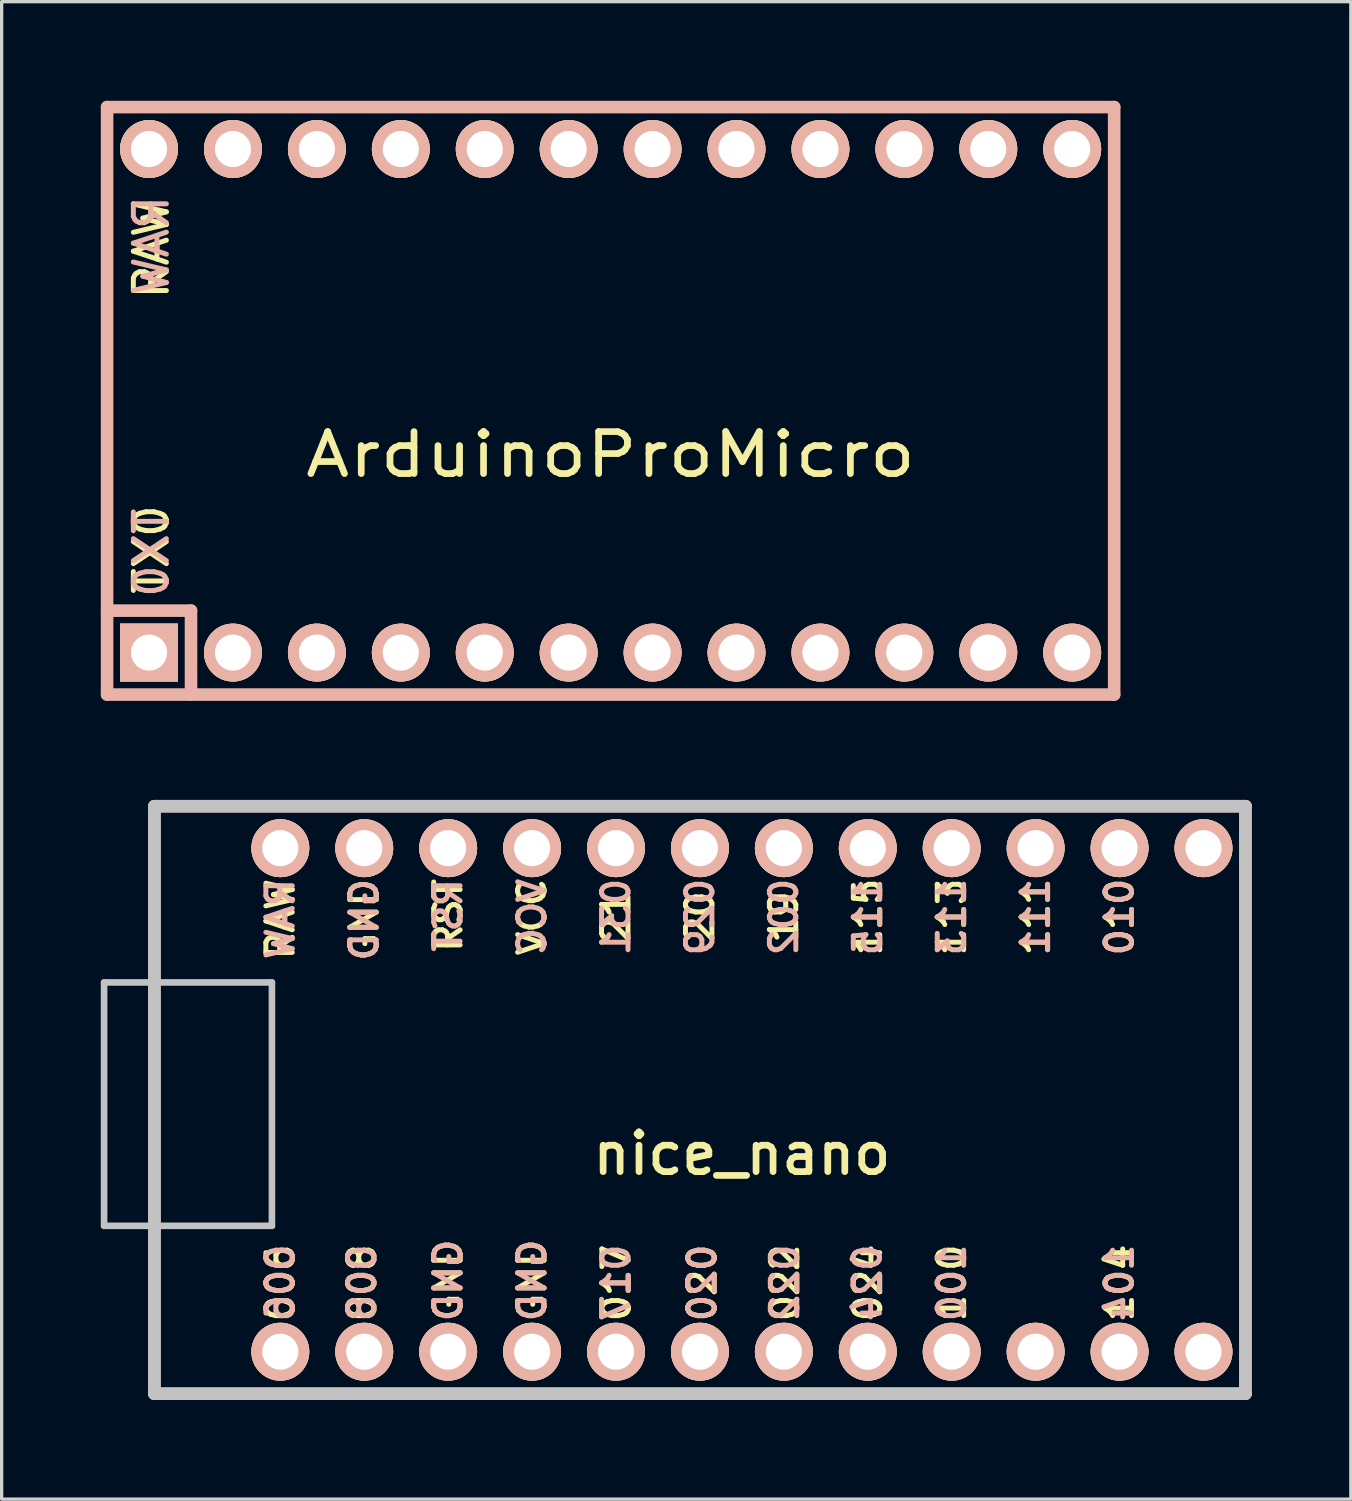
<source format=kicad_pcb>
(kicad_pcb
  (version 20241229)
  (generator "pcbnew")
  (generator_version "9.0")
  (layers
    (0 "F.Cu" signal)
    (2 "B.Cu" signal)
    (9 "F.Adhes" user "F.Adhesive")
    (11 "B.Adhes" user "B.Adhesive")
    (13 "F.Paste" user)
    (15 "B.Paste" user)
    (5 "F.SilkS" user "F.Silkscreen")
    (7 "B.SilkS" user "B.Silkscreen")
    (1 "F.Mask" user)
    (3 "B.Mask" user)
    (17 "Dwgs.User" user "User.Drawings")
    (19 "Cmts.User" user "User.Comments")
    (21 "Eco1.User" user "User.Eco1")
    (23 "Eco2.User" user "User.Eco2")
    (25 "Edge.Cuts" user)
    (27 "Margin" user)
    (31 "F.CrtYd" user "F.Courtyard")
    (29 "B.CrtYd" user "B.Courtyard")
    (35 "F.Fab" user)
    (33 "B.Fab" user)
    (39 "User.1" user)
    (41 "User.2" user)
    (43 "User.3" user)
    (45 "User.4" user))
  (footprint "nice_nano"
    (layer "F.Cu")
    (at 19.404 30.241)
    (property "Reference" "nice_nano" (at 0 1.625 0) (layer "F.SilkS") (effects (font (size 1.2 1.2) (thickness 0.203))))
    (attr through_hole)
    (fp_line (start -17.78 -8.89) (end -17.78 8.89) (stroke (width 0.381) (type solid)) (layer "B.SilkS"))
    (fp_line (start -17.78 8.89) (end 15.24 8.89) (stroke (width 0.381) (type solid)) (layer "B.SilkS"))
    (fp_line (start 15.24 -8.89) (end -17.78 -8.89) (stroke (width 0.381) (type solid)) (layer "B.SilkS"))
    (fp_line (start 15.24 8.89) (end 15.24 -8.89) (stroke (width 0.381) (type solid)) (layer "B.SilkS"))
    (fp_line (start -19.304 -3.556) (end -14.224 -3.556) (stroke (width 0.2) (type solid)) (layer "Dwgs.User"))
    (fp_line (start -19.304 3.81) (end -19.304 -3.556) (stroke (width 0.2) (type solid)) (layer "Dwgs.User"))
    (fp_line (start -17.78 -8.89) (end -17.78 8.89) (stroke (width 0.381) (type solid)) (layer "Dwgs.User"))
    (fp_line (start -17.78 8.89) (end 15.24 8.89) (stroke (width 0.381) (type solid)) (layer "Dwgs.User"))
    (fp_line (start -14.224 -3.556) (end -14.224 3.81) (stroke (width 0.2) (type solid)) (layer "Dwgs.User"))
    (fp_line (start -14.224 3.81) (end -19.304 3.81) (stroke (width 0.2) (type solid)) (layer "Dwgs.User"))
    (fp_line (start 15.24 -8.89) (end -17.78 -8.89) (stroke (width 0.381) (type solid)) (layer "Dwgs.User"))
    (fp_line (start 15.24 8.89) (end 15.24 -8.89) (stroke (width 0.381) (type solid)) (layer "Dwgs.User"))
    (fp_text user "024" (at 3.81 5.537 90) (layer "F.SilkS") (effects (font (size 0.8 0.8) (thickness 0.15))))
    (fp_text user "115" (at 3.81 -5.537 90) (layer "F.SilkS") (effects (font (size 0.8 0.8) (thickness 0.15))))
    (fp_text user "113" (at 6.35 -5.537 90) (layer "F.SilkS") (effects (font (size 0.8 0.8) (thickness 0.15))))
    (fp_text user "20" (at -1.27 -5.537 90) (layer "F.SilkS") (effects (font (size 0.8 0.8) (thickness 0.15))))
    (fp_text user "104" (at 11.43 5.537 90) (layer "F.SilkS") (effects (font (size 0.8 0.8) (thickness 0.15))))
    (fp_text user "006" (at -13.97 5.537 90) (layer "F.SilkS") (effects (font (size 0.8 0.8) (thickness 0.15))))
    (fp_text user "017" (at -3.8 5.537 90) (layer "F.SilkS") (effects (font (size 0.8 0.8) (thickness 0.15))))
    (fp_text user "RST" (at -8.89 -5.588 90) (layer "F.SilkS") (effects (font (size 0.8 0.8) (thickness 0.15))))
    (fp_text user "111" (at 8.89 -5.537 90) (layer "F.SilkS") (effects (font (size 0.8 0.8) (thickness 0.15))))
    (fp_text user "022" (at 1.3 5.537 90) (layer "F.SilkS") (effects (font (size 0.8 0.8) (thickness 0.15))))
    (fp_text user "GND" (at -11.43 -5.455 90) (layer "F.SilkS") (effects (font (size 0.8 0.8) (thickness 0.15))))
    (fp_text user "GND" (at -8.89 5.461 90) (layer "F.SilkS") (effects (font (size 0.8 0.8) (thickness 0.15))))
    (fp_text user "010" (at 11.43 -5.537 90) (layer "F.SilkS") (effects (font (size 0.8 0.8) (thickness 0.15))))
    (fp_text user "020" (at -1.2 5.537 90) (layer "F.SilkS") (effects (font (size 0.8 0.8) (thickness 0.15))))
    (fp_text user "21" (at -3.81 -5.537 90) (layer "F.SilkS") (effects (font (size 0.8 0.8) (thickness 0.15))))
    (fp_text user "GND" (at -6.35 5.461 90) (layer "F.SilkS") (effects (font (size 0.8 0.8) (thickness 0.15))))
    (fp_text user "008" (at -11.5 5.537 90) (layer "F.SilkS") (effects (font (size 0.8 0.8) (thickness 0.15))))
    (fp_text user "19" (at 1.27 -5.537 90) (layer "F.SilkS") (effects (font (size 0.8 0.8) (thickness 0.15))))
    (fp_text user "VCC" (at -6.35 -5.537 90) (layer "F.SilkS") (effects (font (size 0.8 0.8) (thickness 0.15))))
    (fp_text user "RAW" (at -13.97 -5.474 90) (layer "F.SilkS") (effects (font (size 0.8 0.8) (thickness 0.15))))
    (fp_text user "100" (at 6.35 5.537 90) (layer "F.SilkS") (effects (font (size 0.8 0.8) (thickness 0.15))))
    (fp_text user "GND" (at -6.35 5.461 90) (layer "B.SilkS") (effects (font (size 0.8 0.8) (thickness 0.15)) (justify mirror)))
    (fp_text user "100" (at 6.35 5.537 90) (layer "B.SilkS") (effects (font (size 0.8 0.8) (thickness 0.15)) (justify mirror)))
    (fp_text user "113" (at 6.35 -5.537 90) (layer "B.SilkS") (effects (font (size 0.8 0.8) (thickness 0.15)) (justify mirror)))
    (fp_text user "024" (at 3.8 5.537 90) (layer "B.SilkS") (effects (font (size 0.8 0.8) (thickness 0.15)) (justify mirror)))
    (fp_text user "029" (at -1.27 -5.537 90) (layer "B.SilkS") (effects (font (size 0.8 0.8) (thickness 0.15)) (justify mirror)))
    (fp_text user "008" (at -11.5 5.537 90) (layer "B.SilkS") (effects (font (size 0.8 0.8) (thickness 0.15)) (justify mirror)))
    (fp_text user "022" (at 1.3 5.537 90) (layer "B.SilkS") (effects (font (size 0.8 0.8) (thickness 0.15)) (justify mirror)))
    (fp_text user "111" (at 8.89 -5.537 90) (layer "B.SilkS") (effects (font (size 0.8 0.8) (thickness 0.15)) (justify mirror)))
    (fp_text user "GND" (at -8.89 5.461 90) (layer "B.SilkS") (effects (font (size 0.8 0.8) (thickness 0.15)) (justify mirror)))
    (fp_text user "006" (at -13.97 5.537 90) (layer "B.SilkS") (effects (font (size 0.8 0.8) (thickness 0.15)) (justify mirror)))
    (fp_text user "002" (at 1.27 -5.537 90) (layer "B.SilkS") (effects (font (size 0.8 0.8) (thickness 0.15)) (justify mirror)))
    (fp_text user "GND" (at -11.43 -5.455 90) (layer "B.SilkS") (effects (font (size 0.8 0.8) (thickness 0.15)) (justify mirror)))
    (fp_text user "RAW" (at -13.97 -5.474 90) (layer "B.SilkS") (effects (font (size 0.8 0.8) (thickness 0.15)) (justify mirror)))
    (fp_text user "017" (at -3.81 5.537 90) (layer "B.SilkS") (effects (font (size 0.8 0.8) (thickness 0.15)) (justify mirror)))
    (fp_text user "104" (at 11.43 5.537 90) (layer "B.SilkS") (effects (font (size 0.8 0.8) (thickness 0.15)) (justify mirror)))
    (fp_text user "020" (at -1.2 5.537 90) (layer "B.SilkS") (effects (font (size 0.8 0.8) (thickness 0.15)) (justify mirror)))
    (fp_text user "115" (at 3.81 -5.537 90) (layer "B.SilkS") (effects (font (size 0.8 0.8) (thickness 0.15)) (justify mirror)))
    (fp_text user "031" (at -3.81 -5.537 90) (layer "B.SilkS") (effects (font (size 0.8 0.8) (thickness 0.15)) (justify mirror)))
    (fp_text user "VCC" (at -6.35 -5.537 90) (layer "B.SilkS") (effects (font (size 0.8 0.8) (thickness 0.15)) (justify mirror)))
    (fp_text user "010" (at 11.43 -5.537 90) (layer "B.SilkS") (effects (font (size 0.8 0.8) (thickness 0.15)) (justify mirror)))
    (fp_text user "RST" (at -8.89 -5.588 90) (layer "B.SilkS") (effects (font (size 0.8 0.8) (thickness 0.15)) (justify mirror)))
    (pad "1" thru_hole circle (at -13.97 7.62) (size 1.753 1.753) (drill 1.092) (layers "*.Cu" "*.SilkS" "*.Mask"))
    (pad "2" thru_hole circle (at -11.43 7.62) (size 1.753 1.753) (drill 1.092) (layers "*.Cu" "*.SilkS" "*.Mask"))
    (pad "3" thru_hole circle (at -8.89 7.62) (size 1.753 1.753) (drill 1.092) (layers "*.Cu" "*.SilkS" "*.Mask"))
    (pad "4" thru_hole circle (at -6.35 7.62) (size 1.753 1.753) (drill 1.092) (layers "*.Cu" "*.SilkS" "*.Mask"))
    (pad "5" thru_hole circle (at -3.81 7.62) (size 1.753 1.753) (drill 1.092) (layers "*.Cu" "*.SilkS" "*.Mask"))
    (pad "6" thru_hole circle (at -1.27 7.62) (size 1.753 1.753) (drill 1.092) (layers "*.Cu" "*.SilkS" "*.Mask"))
    (pad "7" thru_hole circle (at 1.27 7.62) (size 1.753 1.753) (drill 1.092) (layers "*.Cu" "*.SilkS" "*.Mask"))
    (pad "8" thru_hole circle (at 3.81 7.62) (size 1.753 1.753) (drill 1.092) (layers "*.Cu" "*.SilkS" "*.Mask"))
    (pad "9" thru_hole circle (at 6.35 7.62) (size 1.753 1.753) (drill 1.092) (layers "*.Cu" "*.SilkS" "*.Mask"))
    (pad "10" thru_hole circle (at 8.89 7.62) (size 1.753 1.753) (drill 1.092) (layers "*.Cu" "*.SilkS" "*.Mask"))
    (pad "11" thru_hole circle (at 11.43 7.62) (size 1.753 1.753) (drill 1.092) (layers "*.Cu" "*.SilkS" "*.Mask"))
    (pad "12" thru_hole circle (at 13.97 7.62) (size 1.753 1.753) (drill 1.092) (layers "*.Cu" "*.SilkS" "*.Mask"))
    (pad "13" thru_hole circle (at 13.97 -7.62) (size 1.753 1.753) (drill 1.092) (layers "*.Cu" "*.SilkS" "*.Mask"))
    (pad "14" thru_hole circle (at 11.43 -7.62) (size 1.753 1.753) (drill 1.092) (layers "*.Cu" "*.SilkS" "*.Mask"))
    (pad "15" thru_hole circle (at 8.89 -7.62) (size 1.753 1.753) (drill 1.092) (layers "*.Cu" "*.SilkS" "*.Mask"))
    (pad "16" thru_hole circle (at 6.35 -7.62) (size 1.753 1.753) (drill 1.092) (layers "*.Cu" "*.SilkS" "*.Mask"))
    (pad "17" thru_hole circle (at 3.81 -7.62) (size 1.753 1.753) (drill 1.092) (layers "*.Cu" "*.SilkS" "*.Mask"))
    (pad "18" thru_hole circle (at 1.27 -7.62) (size 1.753 1.753) (drill 1.092) (layers "*.Cu" "*.SilkS" "*.Mask"))
    (pad "19" thru_hole circle (at -1.27 -7.62) (size 1.753 1.753) (drill 1.092) (layers "*.Cu" "*.SilkS" "*.Mask"))
    (pad "20" thru_hole circle (at -3.81 -7.62) (size 1.753 1.753) (drill 1.092) (layers "*.Cu" "*.SilkS" "*.Mask"))
    (pad "21" thru_hole circle (at -6.35 -7.62) (size 1.753 1.753) (drill 1.092) (layers "*.Cu" "*.SilkS" "*.Mask"))
    (pad "22" thru_hole circle (at -8.89 -7.62) (size 1.753 1.753) (drill 1.092) (layers "*.Cu" "*.SilkS" "*.Mask"))
    (pad "23" thru_hole circle (at -11.43 -7.62) (size 1.753 1.753) (drill 1.092) (layers "*.Cu" "*.SilkS" "*.Mask"))
    (pad "24" thru_hole circle (at -13.97 -7.62) (size 1.753 1.753) (drill 1.092) (layers "*.Cu" "*.SilkS" "*.Mask")))
  (footprint "ArduinoProMicro"
    (layer "F.Cu")
    (at 15.431 9.081)
    (property "Reference" "ArduinoProMicro" (at 0 1.625 0) (layer "F.SilkS") (effects (font (size 1.27 1.524) (thickness 0.203))))
    (attr through_hole)
    (fp_line (start -15.24 -8.89) (end -15.24 8.89) (stroke (width 0.381) (type solid)) (layer "B.SilkS"))
    (fp_line (start -15.24 6.35) (end -12.7 6.35) (stroke (width 0.381) (type solid)) (layer "B.SilkS"))
    (fp_line (start -15.24 8.89) (end 15.24 8.89) (stroke (width 0.381) (type solid)) (layer "B.SilkS"))
    (fp_line (start -12.7 6.35) (end -12.7 8.89) (stroke (width 0.381) (type solid)) (layer "B.SilkS"))
    (fp_line (start 15.24 -8.89) (end -15.24 -8.89) (stroke (width 0.381) (type solid)) (layer "B.SilkS"))
    (fp_line (start 15.24 8.89) (end 15.24 -8.89) (stroke (width 0.381) (type solid)) (layer "B.SilkS"))
    (fp_text user "TX0" (at -13.9 4.5 90) (layer "F.SilkS") (effects (font (size 1 1) (thickness 0.15))))
    (fp_text user "RAW" (at -13.9 -4.6 90) (layer "F.SilkS") (effects (font (size 1 1) (thickness 0.15))))
    (fp_text user "RAW" (at -13.9 -4.7 90) (layer "B.SilkS") (effects (font (size 1 1) (thickness 0.15)) (justify mirror)))
    (fp_text user "TX0" (at -13.9 4.6 90) (layer "B.SilkS") (effects (font (size 1 1) (thickness 0.15)) (justify mirror)))
    (pad "1" thru_hole rect (at -13.97 7.62) (size 1.753 1.753) (drill 1.092) (layers "*.Cu" "*.SilkS" "*.Mask"))
    (pad "2" thru_hole circle (at -11.43 7.62) (size 1.753 1.753) (drill 1.092) (layers "*.Cu" "*.SilkS" "*.Mask"))
    (pad "3" thru_hole circle (at -8.89 7.62) (size 1.753 1.753) (drill 1.092) (layers "*.Cu" "*.SilkS" "*.Mask"))
    (pad "4" thru_hole circle (at -6.35 7.62) (size 1.753 1.753) (drill 1.092) (layers "*.Cu" "*.SilkS" "*.Mask"))
    (pad "5" thru_hole circle (at -3.81 7.62) (size 1.753 1.753) (drill 1.092) (layers "*.Cu" "*.SilkS" "*.Mask"))
    (pad "6" thru_hole circle (at -1.27 7.62) (size 1.753 1.753) (drill 1.092) (layers "*.Cu" "*.SilkS" "*.Mask"))
    (pad "7" thru_hole circle (at 1.27 7.62) (size 1.753 1.753) (drill 1.092) (layers "*.Cu" "*.SilkS" "*.Mask"))
    (pad "8" thru_hole circle (at 3.81 7.62) (size 1.753 1.753) (drill 1.092) (layers "*.Cu" "*.SilkS" "*.Mask"))
    (pad "9" thru_hole circle (at 6.35 7.62) (size 1.753 1.753) (drill 1.092) (layers "*.Cu" "*.SilkS" "*.Mask"))
    (pad "10" thru_hole circle (at 8.89 7.62) (size 1.753 1.753) (drill 1.092) (layers "*.Cu" "*.SilkS" "*.Mask"))
    (pad "11" thru_hole circle (at 11.43 7.62) (size 1.753 1.753) (drill 1.092) (layers "*.Cu" "*.SilkS" "*.Mask"))
    (pad "12" thru_hole circle (at 13.97 7.62) (size 1.753 1.753) (drill 1.092) (layers "*.Cu" "*.SilkS" "*.Mask"))
    (pad "13" thru_hole circle (at 13.97 -7.62) (size 1.753 1.753) (drill 1.092) (layers "*.Cu" "*.SilkS" "*.Mask"))
    (pad "14" thru_hole circle (at 11.43 -7.62) (size 1.753 1.753) (drill 1.092) (layers "*.Cu" "*.SilkS" "*.Mask"))
    (pad "15" thru_hole circle (at 8.89 -7.62) (size 1.753 1.753) (drill 1.092) (layers "*.Cu" "*.SilkS" "*.Mask"))
    (pad "16" thru_hole circle (at 6.35 -7.62) (size 1.753 1.753) (drill 1.092) (layers "*.Cu" "*.SilkS" "*.Mask"))
    (pad "17" thru_hole circle (at 3.81 -7.62) (size 1.753 1.753) (drill 1.092) (layers "*.Cu" "*.SilkS" "*.Mask"))
    (pad "18" thru_hole circle (at 1.27 -7.62) (size 1.753 1.753) (drill 1.092) (layers "*.Cu" "*.SilkS" "*.Mask"))
    (pad "19" thru_hole circle (at -1.27 -7.62) (size 1.753 1.753) (drill 1.092) (layers "*.Cu" "*.SilkS" "*.Mask"))
    (pad "20" thru_hole circle (at -3.81 -7.62) (size 1.753 1.753) (drill 1.092) (layers "*.Cu" "*.SilkS" "*.Mask"))
    (pad "21" thru_hole circle (at -6.35 -7.62) (size 1.753 1.753) (drill 1.092) (layers "*.Cu" "*.SilkS" "*.Mask"))
    (pad "22" thru_hole circle (at -8.89 -7.62) (size 1.753 1.753) (drill 1.092) (layers "*.Cu" "*.SilkS" "*.Mask"))
    (pad "23" thru_hole circle (at -11.43 -7.62) (size 1.753 1.753) (drill 1.092) (layers "*.Cu" "*.SilkS" "*.Mask"))
    (pad "24" thru_hole circle (at -13.97 -7.62) (size 1.753 1.753) (drill 1.092) (layers "*.Cu" "*.SilkS" "*.Mask")))
  (gr_rect
    (start -3 -3)
    (end 37.834 42.322)
    (stroke (width 0.1) (type default))
    (fill no)
    (layer "Edge.Cuts")))
</source>
